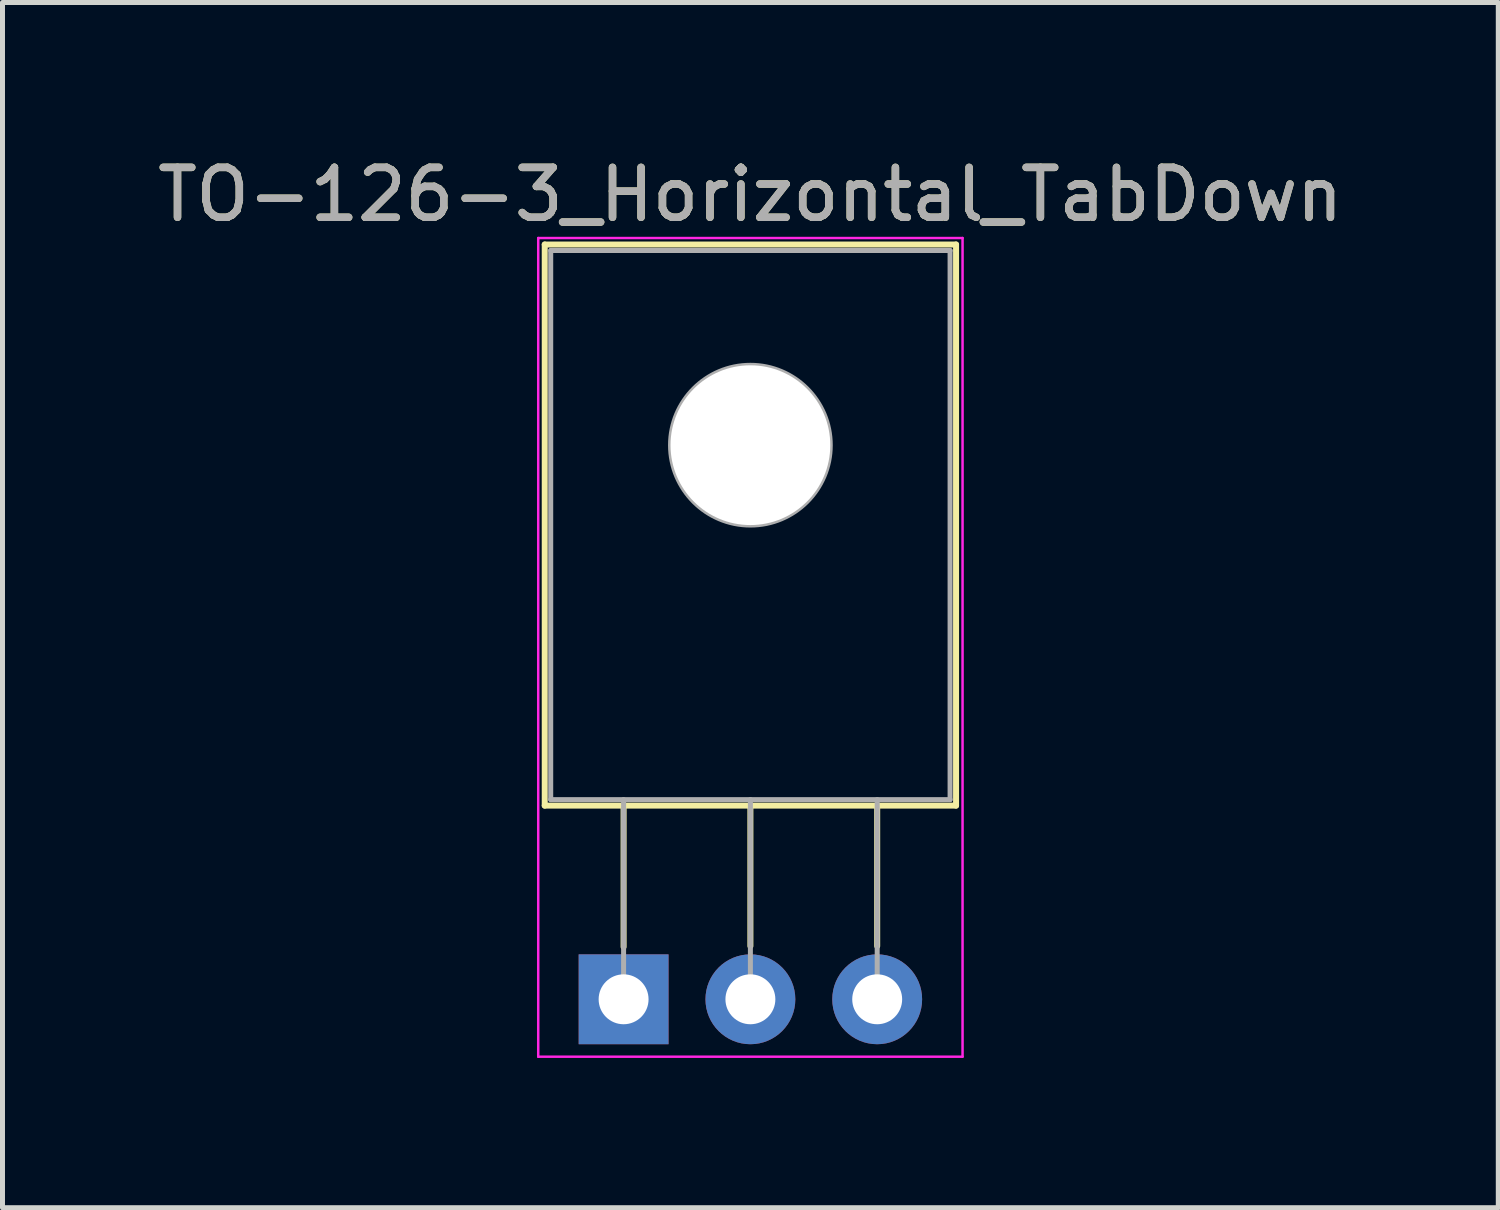
<source format=kicad_pcb>
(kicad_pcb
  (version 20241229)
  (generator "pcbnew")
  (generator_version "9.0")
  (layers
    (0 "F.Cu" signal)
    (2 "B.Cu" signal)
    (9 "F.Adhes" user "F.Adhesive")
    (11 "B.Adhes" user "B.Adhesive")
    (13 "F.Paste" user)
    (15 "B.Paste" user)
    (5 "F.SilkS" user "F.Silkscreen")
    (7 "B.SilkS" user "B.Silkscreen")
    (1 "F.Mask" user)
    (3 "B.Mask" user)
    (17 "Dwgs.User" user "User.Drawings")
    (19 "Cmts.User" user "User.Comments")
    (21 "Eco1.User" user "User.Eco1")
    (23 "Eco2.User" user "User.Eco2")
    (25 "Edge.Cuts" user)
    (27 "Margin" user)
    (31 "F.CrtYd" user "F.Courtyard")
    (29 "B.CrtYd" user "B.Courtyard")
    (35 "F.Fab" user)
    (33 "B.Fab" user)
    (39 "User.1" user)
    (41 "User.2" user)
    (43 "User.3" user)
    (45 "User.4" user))
  (footprint "TO-126-3_Horizontal_TabDown"
    (layer "F.Cu")
    (at 9.442 16.968)
    (property "Reference" "TO-126-3_Horizontal_TabDown" (at 2.54 -16.12 0) (layer "F.SilkS") (effects (font (size 1 1) (thickness 0.15))))
    (attr through_hole)
    (fp_line (start -1.58 -15.12) (end -1.58 -3.88) (stroke (width 0.12) (type solid)) (layer "F.SilkS"))
    (fp_line (start -1.58 -15.12) (end 6.66 -15.12) (stroke (width 0.12) (type solid)) (layer "F.SilkS"))
    (fp_line (start -1.58 -3.88) (end 6.66 -3.88) (stroke (width 0.12) (type solid)) (layer "F.SilkS"))
    (fp_line (start 0 -3.88) (end 0 -1.05) (stroke (width 0.12) (type solid)) (layer "F.SilkS"))
    (fp_line (start 2.54 -3.88) (end 2.54 -1.066) (stroke (width 0.12) (type solid)) (layer "F.SilkS"))
    (fp_line (start 5.08 -3.88) (end 5.08 -1.066) (stroke (width 0.12) (type solid)) (layer "F.SilkS"))
    (fp_line (start 6.66 -15.12) (end 6.66 -3.88) (stroke (width 0.12) (type solid)) (layer "F.SilkS"))
    (fp_line (start -1.71 -15.25) (end -1.71 1.15) (stroke (width 0.05) (type solid)) (layer "F.CrtYd"))
    (fp_line (start -1.71 1.15) (end 6.79 1.15) (stroke (width 0.05) (type solid)) (layer "F.CrtYd"))
    (fp_line (start 6.79 -15.25) (end -1.71 -15.25) (stroke (width 0.05) (type solid)) (layer "F.CrtYd"))
    (fp_line (start 6.79 1.15) (end 6.79 -15.25) (stroke (width 0.05) (type solid)) (layer "F.CrtYd"))
    (fp_line (start -1.46 -15) (end 6.54 -15) (stroke (width 0.1) (type solid)) (layer "F.Fab"))
    (fp_line (start -1.46 -4) (end -1.46 -15) (stroke (width 0.1) (type solid)) (layer "F.Fab"))
    (fp_line (start 0 -4) (end 0 0) (stroke (width 0.1) (type solid)) (layer "F.Fab"))
    (fp_line (start 2.54 -4) (end 2.54 0) (stroke (width 0.1) (type solid)) (layer "F.Fab"))
    (fp_line (start 5.08 -4) (end 5.08 0) (stroke (width 0.1) (type solid)) (layer "F.Fab"))
    (fp_line (start 6.54 -15) (end 6.54 -4) (stroke (width 0.1) (type solid)) (layer "F.Fab"))
    (fp_line (start 6.54 -4) (end -1.46 -4) (stroke (width 0.1) (type solid)) (layer "F.Fab"))
    (fp_circle (center 2.54 -11.1) (end 4.14 -11.1) (stroke (width 0.1) (type solid)) (fill no) (layer "F.Fab"))
    (fp_text user "${REFERENCE}" (at 2.54 -16.12 0) (layer "F.Fab") (effects (font (size 1 1) (thickness 0.15))))
    (pad "" np_thru_hole oval (at 2.54 -11.1) (size 3.2 3.2) (drill 3.2) (layers "*.Cu" "*.Mask"))
    (pad "1" thru_hole rect (at 0 0) (size 1.8 1.8) (drill 1) (layers "*.Cu" "*.Mask"))
    (pad "2" thru_hole oval (at 2.54 0) (size 1.8 1.8) (drill 1) (layers "*.Cu" "*.Mask"))
    (pad "3" thru_hole oval (at 5.08 0) (size 1.8 1.8) (drill 1) (layers "*.Cu" "*.Mask")))
  (gr_rect
    (start -3 -3)
    (end 26.964 21.143)
    (stroke (width 0.1) (type default))
    (fill no)
    (layer "Edge.Cuts")))
</source>
